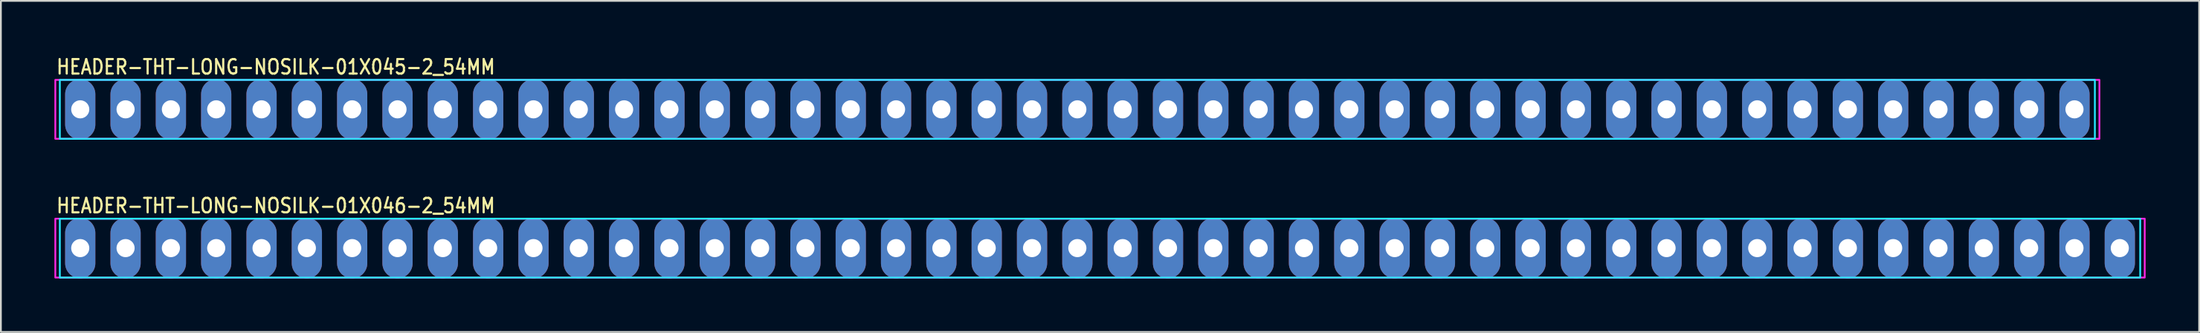
<source format=kicad_pcb>
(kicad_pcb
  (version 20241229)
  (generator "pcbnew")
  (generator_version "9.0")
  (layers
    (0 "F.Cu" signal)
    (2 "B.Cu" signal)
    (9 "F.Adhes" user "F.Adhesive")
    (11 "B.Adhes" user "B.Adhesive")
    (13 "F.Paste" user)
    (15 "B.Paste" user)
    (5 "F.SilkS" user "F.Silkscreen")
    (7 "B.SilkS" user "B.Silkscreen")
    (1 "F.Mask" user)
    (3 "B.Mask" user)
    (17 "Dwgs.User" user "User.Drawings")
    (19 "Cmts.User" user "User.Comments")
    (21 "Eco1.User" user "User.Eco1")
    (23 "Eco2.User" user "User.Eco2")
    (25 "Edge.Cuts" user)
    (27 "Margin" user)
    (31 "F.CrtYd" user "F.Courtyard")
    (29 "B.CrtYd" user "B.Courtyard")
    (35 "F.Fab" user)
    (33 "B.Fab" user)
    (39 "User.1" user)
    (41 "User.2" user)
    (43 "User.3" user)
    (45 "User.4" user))
  (footprint "HEADER-THT-LONG-NOSILK-01X046-2_54MM"
    (layer "F.Cu")
    (at 1.447 10.858)
    (property "Reference" "HEADER-THT-LONG-NOSILK-01X046-2_54MM" (at -1.4 -1.9 0) (unlocked yes) (layer "F.SilkS") (effects (font (size 0.813 0.695) (thickness 0.122)) (justify left bottom)))
    (fp_poly (pts (xy -1.143 -1.651) (xy 115.443 -1.651) (xy 115.443 1.651) (xy -1.143 1.651)) (stroke (width 0.1) (type solid)) (fill no) (layer "B.CrtYd"))
    (fp_poly (pts (xy -1.397 -1.651) (xy 115.697 -1.651) (xy 115.697 1.651) (xy -1.397 1.651)) (stroke (width 0.1) (type solid)) (fill no) (layer "F.CrtYd"))
    (pad "1" thru_hole oval (at 0 0 90) (size 3.387 1.693) (drill 1.016) (layers "*.Cu" "*.Mask"))
    (pad "2" thru_hole oval (at 2.54 0 90) (size 3.387 1.693) (drill 1.016) (layers "*.Cu" "*.Mask"))
    (pad "3" thru_hole oval (at 5.08 0 90) (size 3.387 1.693) (drill 1.016) (layers "*.Cu" "*.Mask"))
    (pad "4" thru_hole oval (at 7.62 0 90) (size 3.387 1.693) (drill 1.016) (layers "*.Cu" "*.Mask"))
    (pad "5" thru_hole oval (at 10.16 0 90) (size 3.387 1.693) (drill 1.016) (layers "*.Cu" "*.Mask"))
    (pad "6" thru_hole oval (at 12.7 0 90) (size 3.387 1.693) (drill 1.016) (layers "*.Cu" "*.Mask"))
    (pad "7" thru_hole oval (at 15.24 0 90) (size 3.387 1.693) (drill 1.016) (layers "*.Cu" "*.Mask"))
    (pad "8" thru_hole oval (at 17.78 0 90) (size 3.387 1.693) (drill 1.016) (layers "*.Cu" "*.Mask"))
    (pad "9" thru_hole oval (at 20.32 0 90) (size 3.387 1.693) (drill 1.016) (layers "*.Cu" "*.Mask"))
    (pad "10" thru_hole oval (at 22.86 0 90) (size 3.387 1.693) (drill 1.016) (layers "*.Cu" "*.Mask"))
    (pad "11" thru_hole oval (at 25.4 0 90) (size 3.387 1.693) (drill 1.016) (layers "*.Cu" "*.Mask"))
    (pad "12" thru_hole oval (at 27.94 0 90) (size 3.387 1.693) (drill 1.016) (layers "*.Cu" "*.Mask"))
    (pad "13" thru_hole oval (at 30.48 0 90) (size 3.387 1.693) (drill 1.016) (layers "*.Cu" "*.Mask"))
    (pad "14" thru_hole oval (at 33.02 0 90) (size 3.387 1.693) (drill 1.016) (layers "*.Cu" "*.Mask"))
    (pad "15" thru_hole oval (at 35.56 0 90) (size 3.387 1.693) (drill 1.016) (layers "*.Cu" "*.Mask"))
    (pad "16" thru_hole oval (at 38.1 0 90) (size 3.387 1.693) (drill 1.016) (layers "*.Cu" "*.Mask"))
    (pad "17" thru_hole oval (at 40.64 0 90) (size 3.387 1.693) (drill 1.016) (layers "*.Cu" "*.Mask"))
    (pad "18" thru_hole oval (at 43.18 0 90) (size 3.387 1.693) (drill 1.016) (layers "*.Cu" "*.Mask"))
    (pad "19" thru_hole oval (at 45.72 0 90) (size 3.387 1.693) (drill 1.016) (layers "*.Cu" "*.Mask"))
    (pad "20" thru_hole oval (at 48.26 0 90) (size 3.387 1.693) (drill 1.016) (layers "*.Cu" "*.Mask"))
    (pad "21" thru_hole oval (at 50.8 0 90) (size 3.387 1.693) (drill 1.016) (layers "*.Cu" "*.Mask"))
    (pad "22" thru_hole oval (at 53.34 0 90) (size 3.387 1.693) (drill 1.016) (layers "*.Cu" "*.Mask"))
    (pad "23" thru_hole oval (at 55.88 0 90) (size 3.387 1.693) (drill 1.016) (layers "*.Cu" "*.Mask"))
    (pad "24" thru_hole oval (at 58.42 0 90) (size 3.387 1.693) (drill 1.016) (layers "*.Cu" "*.Mask"))
    (pad "25" thru_hole oval (at 60.96 0 90) (size 3.387 1.693) (drill 1.016) (layers "*.Cu" "*.Mask"))
    (pad "26" thru_hole oval (at 63.5 0 90) (size 3.387 1.693) (drill 1.016) (layers "*.Cu" "*.Mask"))
    (pad "27" thru_hole oval (at 66.04 0 90) (size 3.387 1.693) (drill 1.016) (layers "*.Cu" "*.Mask"))
    (pad "28" thru_hole oval (at 68.58 0 90) (size 3.387 1.693) (drill 1.016) (layers "*.Cu" "*.Mask"))
    (pad "29" thru_hole oval (at 71.12 0 90) (size 3.387 1.693) (drill 1.016) (layers "*.Cu" "*.Mask"))
    (pad "30" thru_hole oval (at 73.66 0 90) (size 3.387 1.693) (drill 1.016) (layers "*.Cu" "*.Mask"))
    (pad "31" thru_hole oval (at 76.2 0 90) (size 3.387 1.693) (drill 1.016) (layers "*.Cu" "*.Mask"))
    (pad "32" thru_hole oval (at 78.74 0 90) (size 3.387 1.693) (drill 1.016) (layers "*.Cu" "*.Mask"))
    (pad "33" thru_hole oval (at 81.28 0 90) (size 3.387 1.693) (drill 1.016) (layers "*.Cu" "*.Mask"))
    (pad "34" thru_hole oval (at 83.82 0 90) (size 3.387 1.693) (drill 1.016) (layers "*.Cu" "*.Mask"))
    (pad "35" thru_hole oval (at 86.36 0 90) (size 3.387 1.693) (drill 1.016) (layers "*.Cu" "*.Mask"))
    (pad "36" thru_hole oval (at 88.9 0 90) (size 3.387 1.693) (drill 1.016) (layers "*.Cu" "*.Mask"))
    (pad "37" thru_hole oval (at 91.44 0 90) (size 3.387 1.693) (drill 1.016) (layers "*.Cu" "*.Mask"))
    (pad "38" thru_hole oval (at 93.98 0 90) (size 3.387 1.693) (drill 1.016) (layers "*.Cu" "*.Mask"))
    (pad "39" thru_hole oval (at 96.52 0 90) (size 3.387 1.693) (drill 1.016) (layers "*.Cu" "*.Mask"))
    (pad "40" thru_hole oval (at 99.06 0 90) (size 3.387 1.693) (drill 1.016) (layers "*.Cu" "*.Mask"))
    (pad "41" thru_hole oval (at 101.6 0 90) (size 3.387 1.693) (drill 1.016) (layers "*.Cu" "*.Mask"))
    (pad "42" thru_hole oval (at 104.14 0 90) (size 3.387 1.693) (drill 1.016) (layers "*.Cu" "*.Mask"))
    (pad "43" thru_hole oval (at 106.68 0 90) (size 3.387 1.693) (drill 1.016) (layers "*.Cu" "*.Mask"))
    (pad "44" thru_hole oval (at 109.22 0 90) (size 3.387 1.693) (drill 1.016) (layers "*.Cu" "*.Mask"))
    (pad "45" thru_hole oval (at 111.76 0 90) (size 3.387 1.693) (drill 1.016) (layers "*.Cu" "*.Mask"))
    (pad "46" thru_hole oval (at 114.3 0 90) (size 3.387 1.693) (drill 1.016) (layers "*.Cu" "*.Mask")))
  (footprint "HEADER-THT-LONG-NOSILK-01X045-2_54MM"
    (layer "F.Cu")
    (at 1.447 3.079)
    (property "Reference" "HEADER-THT-LONG-NOSILK-01X045-2_54MM" (at -1.4 -1.9 0) (unlocked yes) (layer "F.SilkS") (effects (font (size 0.813 0.695) (thickness 0.122)) (justify left bottom)))
    (fp_poly (pts (xy -1.143 -1.651) (xy 112.903 -1.651) (xy 112.903 1.651) (xy -1.143 1.651)) (stroke (width 0.1) (type solid)) (fill no) (layer "B.CrtYd"))
    (fp_poly (pts (xy -1.397 -1.651) (xy 113.157 -1.651) (xy 113.157 1.651) (xy -1.397 1.651)) (stroke (width 0.1) (type solid)) (fill no) (layer "F.CrtYd"))
    (pad "1" thru_hole oval (at 0 0 90) (size 3.387 1.693) (drill 1.016) (layers "*.Cu" "*.Mask"))
    (pad "2" thru_hole oval (at 2.54 0 90) (size 3.387 1.693) (drill 1.016) (layers "*.Cu" "*.Mask"))
    (pad "3" thru_hole oval (at 5.08 0 90) (size 3.387 1.693) (drill 1.016) (layers "*.Cu" "*.Mask"))
    (pad "4" thru_hole oval (at 7.62 0 90) (size 3.387 1.693) (drill 1.016) (layers "*.Cu" "*.Mask"))
    (pad "5" thru_hole oval (at 10.16 0 90) (size 3.387 1.693) (drill 1.016) (layers "*.Cu" "*.Mask"))
    (pad "6" thru_hole oval (at 12.7 0 90) (size 3.387 1.693) (drill 1.016) (layers "*.Cu" "*.Mask"))
    (pad "7" thru_hole oval (at 15.24 0 90) (size 3.387 1.693) (drill 1.016) (layers "*.Cu" "*.Mask"))
    (pad "8" thru_hole oval (at 17.78 0 90) (size 3.387 1.693) (drill 1.016) (layers "*.Cu" "*.Mask"))
    (pad "9" thru_hole oval (at 20.32 0 90) (size 3.387 1.693) (drill 1.016) (layers "*.Cu" "*.Mask"))
    (pad "10" thru_hole oval (at 22.86 0 90) (size 3.387 1.693) (drill 1.016) (layers "*.Cu" "*.Mask"))
    (pad "11" thru_hole oval (at 25.4 0 90) (size 3.387 1.693) (drill 1.016) (layers "*.Cu" "*.Mask"))
    (pad "12" thru_hole oval (at 27.94 0 90) (size 3.387 1.693) (drill 1.016) (layers "*.Cu" "*.Mask"))
    (pad "13" thru_hole oval (at 30.48 0 90) (size 3.387 1.693) (drill 1.016) (layers "*.Cu" "*.Mask"))
    (pad "14" thru_hole oval (at 33.02 0 90) (size 3.387 1.693) (drill 1.016) (layers "*.Cu" "*.Mask"))
    (pad "15" thru_hole oval (at 35.56 0 90) (size 3.387 1.693) (drill 1.016) (layers "*.Cu" "*.Mask"))
    (pad "16" thru_hole oval (at 38.1 0 90) (size 3.387 1.693) (drill 1.016) (layers "*.Cu" "*.Mask"))
    (pad "17" thru_hole oval (at 40.64 0 90) (size 3.387 1.693) (drill 1.016) (layers "*.Cu" "*.Mask"))
    (pad "18" thru_hole oval (at 43.18 0 90) (size 3.387 1.693) (drill 1.016) (layers "*.Cu" "*.Mask"))
    (pad "19" thru_hole oval (at 45.72 0 90) (size 3.387 1.693) (drill 1.016) (layers "*.Cu" "*.Mask"))
    (pad "20" thru_hole oval (at 48.26 0 90) (size 3.387 1.693) (drill 1.016) (layers "*.Cu" "*.Mask"))
    (pad "21" thru_hole oval (at 50.8 0 90) (size 3.387 1.693) (drill 1.016) (layers "*.Cu" "*.Mask"))
    (pad "22" thru_hole oval (at 53.34 0 90) (size 3.387 1.693) (drill 1.016) (layers "*.Cu" "*.Mask"))
    (pad "23" thru_hole oval (at 55.88 0 90) (size 3.387 1.693) (drill 1.016) (layers "*.Cu" "*.Mask"))
    (pad "24" thru_hole oval (at 58.42 0 90) (size 3.387 1.693) (drill 1.016) (layers "*.Cu" "*.Mask"))
    (pad "25" thru_hole oval (at 60.96 0 90) (size 3.387 1.693) (drill 1.016) (layers "*.Cu" "*.Mask"))
    (pad "26" thru_hole oval (at 63.5 0 90) (size 3.387 1.693) (drill 1.016) (layers "*.Cu" "*.Mask"))
    (pad "27" thru_hole oval (at 66.04 0 90) (size 3.387 1.693) (drill 1.016) (layers "*.Cu" "*.Mask"))
    (pad "28" thru_hole oval (at 68.58 0 90) (size 3.387 1.693) (drill 1.016) (layers "*.Cu" "*.Mask"))
    (pad "29" thru_hole oval (at 71.12 0 90) (size 3.387 1.693) (drill 1.016) (layers "*.Cu" "*.Mask"))
    (pad "30" thru_hole oval (at 73.66 0 90) (size 3.387 1.693) (drill 1.016) (layers "*.Cu" "*.Mask"))
    (pad "31" thru_hole oval (at 76.2 0 90) (size 3.387 1.693) (drill 1.016) (layers "*.Cu" "*.Mask"))
    (pad "32" thru_hole oval (at 78.74 0 90) (size 3.387 1.693) (drill 1.016) (layers "*.Cu" "*.Mask"))
    (pad "33" thru_hole oval (at 81.28 0 90) (size 3.387 1.693) (drill 1.016) (layers "*.Cu" "*.Mask"))
    (pad "34" thru_hole oval (at 83.82 0 90) (size 3.387 1.693) (drill 1.016) (layers "*.Cu" "*.Mask"))
    (pad "35" thru_hole oval (at 86.36 0 90) (size 3.387 1.693) (drill 1.016) (layers "*.Cu" "*.Mask"))
    (pad "36" thru_hole oval (at 88.9 0 90) (size 3.387 1.693) (drill 1.016) (layers "*.Cu" "*.Mask"))
    (pad "37" thru_hole oval (at 91.44 0 90) (size 3.387 1.693) (drill 1.016) (layers "*.Cu" "*.Mask"))
    (pad "38" thru_hole oval (at 93.98 0 90) (size 3.387 1.693) (drill 1.016) (layers "*.Cu" "*.Mask"))
    (pad "39" thru_hole oval (at 96.52 0 90) (size 3.387 1.693) (drill 1.016) (layers "*.Cu" "*.Mask"))
    (pad "40" thru_hole oval (at 99.06 0 90) (size 3.387 1.693) (drill 1.016) (layers "*.Cu" "*.Mask"))
    (pad "41" thru_hole oval (at 101.6 0 90) (size 3.387 1.693) (drill 1.016) (layers "*.Cu" "*.Mask"))
    (pad "42" thru_hole oval (at 104.14 0 90) (size 3.387 1.693) (drill 1.016) (layers "*.Cu" "*.Mask"))
    (pad "43" thru_hole oval (at 106.68 0 90) (size 3.387 1.693) (drill 1.016) (layers "*.Cu" "*.Mask"))
    (pad "44" thru_hole oval (at 109.22 0 90) (size 3.387 1.693) (drill 1.016) (layers "*.Cu" "*.Mask"))
    (pad "45" thru_hole oval (at 111.76 0 90) (size 3.387 1.693) (drill 1.016) (layers "*.Cu" "*.Mask")))
  (gr_rect
    (start -3 -3)
    (end 120.194 15.559)
    (stroke (width 0.1) (type default))
    (fill no)
    (layer "Edge.Cuts")))
</source>
